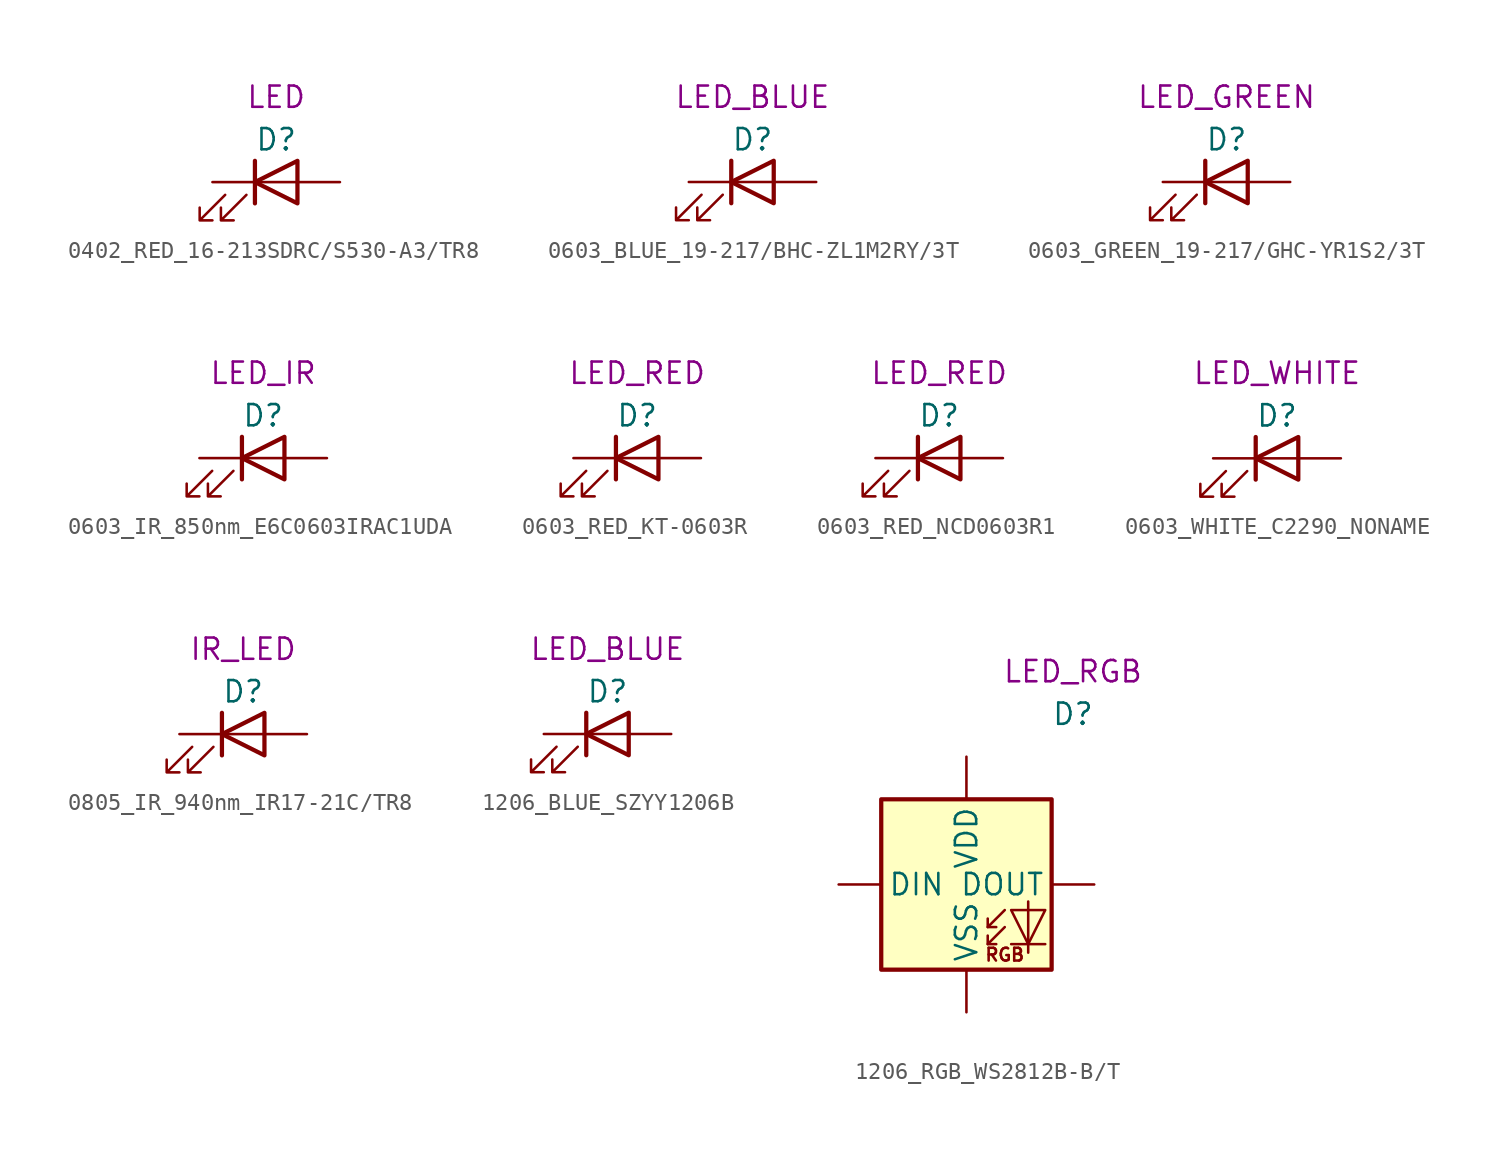
<source format=kicad_sym>
(kicad_symbol_lib
  (version 20231120)
  (generator "kicad_symbol_editor")
  (generator_version "8.0")
  (symbol "0402_RED_16-213SDRC/S530-A3/TR8"
    (pin_numbers hide)
    (pin_names
      (offset 1.016) hide)
    (property "Reference" "D"
      (at 0 2.54 0)
      (effects (font (size 1.27 1.27))))
    (property "UserValue" "LED"
      (at 0 5.08 0)
      (effects (font (size 1.27 1.27))))
    (symbol "0402_RED_16-213SDRC/S530-A3/TR8_0_1"
      (polyline (pts (xy -1.27 -1.27) (xy -1.27 1.27)) (stroke (width 0.254) (type default)) (fill (type none)))
      (polyline (pts (xy -1.27 0) (xy 1.27 0)) (stroke (width 0) (type default)) (fill (type none)))
      (polyline (pts (xy 1.27 -1.27) (xy 1.27 1.27) (xy -1.27 0) (xy 1.27 -1.27)) (stroke (width 0.254) (type default)) (fill (type none)))
      (polyline (pts (xy -3.048 -0.762) (xy -4.572 -2.286) (xy -3.81 -2.286) (xy -4.572 -2.286) (xy -4.572 -1.524)) (stroke (width 0) (type default)) (fill (type none)))
      (polyline (pts (xy -1.778 -0.762) (xy -3.302 -2.286) (xy -2.54 -2.286) (xy -3.302 -2.286) (xy -3.302 -1.524)) (stroke (width 0) (type default)) (fill (type none))))
    (symbol "0402_RED_16-213SDRC/S530-A3/TR8_1_1"
      (pin passive line (at -3.81 0 0) (length 2.54) (name "K" (effects (font (size 1.27 1.27)))) (number "1" (effects (font (size 1.27 1.27)))))
      (pin passive line (at 3.81 0 180) (length 2.54) (name "A" (effects (font (size 1.27 1.27)))) (number "2" (effects (font (size 1.27 1.27)))))))
  (symbol "0603_BLUE_19-217/BHC-ZL1M2RY/3T"
    (pin_numbers hide)
    (pin_names
      (offset 1.016) hide)
    (property "Reference" "D"
      (at 0 2.54 0)
      (effects (font (size 1.27 1.27))))
    (property "UserValue" "LED_BLUE"
      (at 0 5.08 0)
      (effects (font (size 1.27 1.27))))
    (symbol "0603_BLUE_19-217/BHC-ZL1M2RY/3T_0_1"
      (polyline (pts (xy -1.27 -1.27) (xy -1.27 1.27)) (stroke (width 0.254) (type default)) (fill (type none)))
      (polyline (pts (xy -1.27 0) (xy 1.27 0)) (stroke (width 0) (type default)) (fill (type none)))
      (polyline (pts (xy 1.27 -1.27) (xy 1.27 1.27) (xy -1.27 0) (xy 1.27 -1.27)) (stroke (width 0.254) (type default)) (fill (type none)))
      (polyline (pts (xy -3.048 -0.762) (xy -4.572 -2.286) (xy -3.81 -2.286) (xy -4.572 -2.286) (xy -4.572 -1.524)) (stroke (width 0) (type default)) (fill (type none)))
      (polyline (pts (xy -1.778 -0.762) (xy -3.302 -2.286) (xy -2.54 -2.286) (xy -3.302 -2.286) (xy -3.302 -1.524)) (stroke (width 0) (type default)) (fill (type none))))
    (symbol "0603_BLUE_19-217/BHC-ZL1M2RY/3T_1_1"
      (pin passive line (at -3.81 0 0) (length 2.54) (name "K" (effects (font (size 1.27 1.27)))) (number "1" (effects (font (size 1.27 1.27)))))
      (pin passive line (at 3.81 0 180) (length 2.54) (name "A" (effects (font (size 1.27 1.27)))) (number "2" (effects (font (size 1.27 1.27)))))))
  (symbol "0603_GREEN_19-217/GHC-YR1S2/3T"
    (pin_numbers hide)
    (pin_names
      (offset 1.016) hide)
    (property "Reference" "D"
      (at 0 2.54 0)
      (effects (font (size 1.27 1.27))))
    (property "UserValue" "LED_GREEN"
      (at 0 5.08 0)
      (effects (font (size 1.27 1.27))))
    (symbol "0603_GREEN_19-217/GHC-YR1S2/3T_0_1"
      (polyline (pts (xy -1.27 -1.27) (xy -1.27 1.27)) (stroke (width 0.254) (type default)) (fill (type none)))
      (polyline (pts (xy -1.27 0) (xy 1.27 0)) (stroke (width 0) (type default)) (fill (type none)))
      (polyline (pts (xy 1.27 -1.27) (xy 1.27 1.27) (xy -1.27 0) (xy 1.27 -1.27)) (stroke (width 0.254) (type default)) (fill (type none)))
      (polyline (pts (xy -3.048 -0.762) (xy -4.572 -2.286) (xy -3.81 -2.286) (xy -4.572 -2.286) (xy -4.572 -1.524)) (stroke (width 0) (type default)) (fill (type none)))
      (polyline (pts (xy -1.778 -0.762) (xy -3.302 -2.286) (xy -2.54 -2.286) (xy -3.302 -2.286) (xy -3.302 -1.524)) (stroke (width 0) (type default)) (fill (type none))))
    (symbol "0603_GREEN_19-217/GHC-YR1S2/3T_1_1"
      (pin passive line (at -3.81 0 0) (length 2.54) (name "K" (effects (font (size 1.27 1.27)))) (number "1" (effects (font (size 1.27 1.27)))))
      (pin passive line (at 3.81 0 180) (length 2.54) (name "A" (effects (font (size 1.27 1.27)))) (number "2" (effects (font (size 1.27 1.27)))))))
  (symbol "0603_IR_850nm_E6C0603IRAC1UDA"
    (pin_numbers hide)
    (pin_names
      (offset 1.016) hide)
    (property "Reference" "D"
      (at 0 2.54 0)
      (effects (font (size 1.27 1.27))))
    (property "UserValue" "LED_IR"
      (at 0 5.08 0)
      (effects (font (size 1.27 1.27))))
    (symbol "0603_IR_850nm_E6C0603IRAC1UDA_0_1"
      (polyline (pts (xy -1.27 -1.27) (xy -1.27 1.27)) (stroke (width 0.254) (type default)) (fill (type none)))
      (polyline (pts (xy -1.27 0) (xy 1.27 0)) (stroke (width 0) (type default)) (fill (type none)))
      (polyline (pts (xy 1.27 -1.27) (xy 1.27 1.27) (xy -1.27 0) (xy 1.27 -1.27)) (stroke (width 0.254) (type default)) (fill (type none)))
      (polyline (pts (xy -3.048 -0.762) (xy -4.572 -2.286) (xy -3.81 -2.286) (xy -4.572 -2.286) (xy -4.572 -1.524)) (stroke (width 0) (type default)) (fill (type none)))
      (polyline (pts (xy -1.778 -0.762) (xy -3.302 -2.286) (xy -2.54 -2.286) (xy -3.302 -2.286) (xy -3.302 -1.524)) (stroke (width 0) (type default)) (fill (type none))))
    (symbol "0603_IR_850nm_E6C0603IRAC1UDA_1_1"
      (pin passive line (at -3.81 0 0) (length 2.54) (name "K" (effects (font (size 1.27 1.27)))) (number "1" (effects (font (size 1.27 1.27)))))
      (pin passive line (at 3.81 0 180) (length 2.54) (name "A" (effects (font (size 1.27 1.27)))) (number "2" (effects (font (size 1.27 1.27)))))))
  (symbol "0603_RED_KT-0603R"
    (pin_numbers hide)
    (pin_names
      (offset 1.016) hide)
    (property "Reference" "D"
      (at 0 2.54 0)
      (effects (font (size 1.27 1.27))))
    (property "UserValue" "LED_RED"
      (at 0 5.08 0)
      (effects (font (size 1.27 1.27))))
    (symbol "0603_RED_KT-0603R_0_1"
      (polyline (pts (xy -1.27 -1.27) (xy -1.27 1.27)) (stroke (width 0.254) (type default)) (fill (type none)))
      (polyline (pts (xy -1.27 0) (xy 1.27 0)) (stroke (width 0) (type default)) (fill (type none)))
      (polyline (pts (xy 1.27 -1.27) (xy 1.27 1.27) (xy -1.27 0) (xy 1.27 -1.27)) (stroke (width 0.254) (type default)) (fill (type none)))
      (polyline (pts (xy -3.048 -0.762) (xy -4.572 -2.286) (xy -3.81 -2.286) (xy -4.572 -2.286) (xy -4.572 -1.524)) (stroke (width 0) (type default)) (fill (type none)))
      (polyline (pts (xy -1.778 -0.762) (xy -3.302 -2.286) (xy -2.54 -2.286) (xy -3.302 -2.286) (xy -3.302 -1.524)) (stroke (width 0) (type default)) (fill (type none))))
    (symbol "0603_RED_KT-0603R_1_1"
      (pin passive line (at -3.81 0 0) (length 2.54) (name "K" (effects (font (size 1.27 1.27)))) (number "1" (effects (font (size 1.27 1.27)))))
      (pin passive line (at 3.81 0 180) (length 2.54) (name "A" (effects (font (size 1.27 1.27)))) (number "2" (effects (font (size 1.27 1.27)))))))
  (symbol "0603_RED_NCD0603R1"
    (pin_numbers hide)
    (pin_names
      (offset 1.016) hide)
    (property "Reference" "D"
      (at 0 2.54 0)
      (effects (font (size 1.27 1.27))))
    (property "UserValue" "LED_RED"
      (at 0 5.08 0)
      (effects (font (size 1.27 1.27))))
    (symbol "0603_RED_NCD0603R1_0_1"
      (polyline (pts (xy -1.27 -1.27) (xy -1.27 1.27)) (stroke (width 0.254) (type default)) (fill (type none)))
      (polyline (pts (xy -1.27 0) (xy 1.27 0)) (stroke (width 0) (type default)) (fill (type none)))
      (polyline (pts (xy 1.27 -1.27) (xy 1.27 1.27) (xy -1.27 0) (xy 1.27 -1.27)) (stroke (width 0.254) (type default)) (fill (type none)))
      (polyline (pts (xy -3.048 -0.762) (xy -4.572 -2.286) (xy -3.81 -2.286) (xy -4.572 -2.286) (xy -4.572 -1.524)) (stroke (width 0) (type default)) (fill (type none)))
      (polyline (pts (xy -1.778 -0.762) (xy -3.302 -2.286) (xy -2.54 -2.286) (xy -3.302 -2.286) (xy -3.302 -1.524)) (stroke (width 0) (type default)) (fill (type none))))
    (symbol "0603_RED_NCD0603R1_1_1"
      (pin passive line (at -3.81 0 0) (length 2.54) (name "K" (effects (font (size 1.27 1.27)))) (number "1" (effects (font (size 1.27 1.27)))))
      (pin passive line (at 3.81 0 180) (length 2.54) (name "A" (effects (font (size 1.27 1.27)))) (number "2" (effects (font (size 1.27 1.27)))))))
  (symbol "0603_WHITE_C2290_NONAME"
    (pin_numbers hide)
    (pin_names
      (offset 1.016) hide)
    (property "Reference" "D"
      (at 0 2.54 0)
      (effects (font (size 1.27 1.27))))
    (property "UserValue" "LED_WHITE"
      (at 0 5.08 0)
      (effects (font (size 1.27 1.27))))
    (symbol "0603_WHITE_C2290_NONAME_0_1"
      (polyline (pts (xy -1.27 -1.27) (xy -1.27 1.27)) (stroke (width 0.254) (type default)) (fill (type none)))
      (polyline (pts (xy -1.27 0) (xy 1.27 0)) (stroke (width 0) (type default)) (fill (type none)))
      (polyline (pts (xy 1.27 -1.27) (xy 1.27 1.27) (xy -1.27 0) (xy 1.27 -1.27)) (stroke (width 0.254) (type default)) (fill (type none)))
      (polyline (pts (xy -3.048 -0.762) (xy -4.572 -2.286) (xy -3.81 -2.286) (xy -4.572 -2.286) (xy -4.572 -1.524)) (stroke (width 0) (type default)) (fill (type none)))
      (polyline (pts (xy -1.778 -0.762) (xy -3.302 -2.286) (xy -2.54 -2.286) (xy -3.302 -2.286) (xy -3.302 -1.524)) (stroke (width 0) (type default)) (fill (type none))))
    (symbol "0603_WHITE_C2290_NONAME_1_1"
      (pin passive line (at -3.81 0 0) (length 2.54) (name "K" (effects (font (size 1.27 1.27)))) (number "1" (effects (font (size 1.27 1.27)))))
      (pin passive line (at 3.81 0 180) (length 2.54) (name "A" (effects (font (size 1.27 1.27)))) (number "2" (effects (font (size 1.27 1.27)))))))
  (symbol "0805_IR_940nm_IR17-21C/TR8"
    (pin_numbers hide)
    (pin_names
      (offset 1.016) hide)
    (property "Reference" "D"
      (at 0 2.54 0)
      (effects (font (size 1.27 1.27))))
    (property "UserValue" "IR_LED"
      (at 0 5.08 0)
      (effects (font (size 1.27 1.27))))
    (symbol "0805_IR_940nm_IR17-21C/TR8_0_1"
      (polyline (pts (xy -1.27 -1.27) (xy -1.27 1.27)) (stroke (width 0.254) (type default)) (fill (type none)))
      (polyline (pts (xy -1.27 0) (xy 1.27 0)) (stroke (width 0) (type default)) (fill (type none)))
      (polyline (pts (xy 1.27 -1.27) (xy 1.27 1.27) (xy -1.27 0) (xy 1.27 -1.27)) (stroke (width 0.254) (type default)) (fill (type none)))
      (polyline (pts (xy -3.048 -0.762) (xy -4.572 -2.286) (xy -3.81 -2.286) (xy -4.572 -2.286) (xy -4.572 -1.524)) (stroke (width 0) (type default)) (fill (type none)))
      (polyline (pts (xy -1.778 -0.762) (xy -3.302 -2.286) (xy -2.54 -2.286) (xy -3.302 -2.286) (xy -3.302 -1.524)) (stroke (width 0) (type default)) (fill (type none))))
    (symbol "0805_IR_940nm_IR17-21C/TR8_1_1"
      (pin passive line (at -3.81 0 0) (length 2.54) (name "K" (effects (font (size 1.27 1.27)))) (number "1" (effects (font (size 1.27 1.27)))))
      (pin passive line (at 3.81 0 180) (length 2.54) (name "A" (effects (font (size 1.27 1.27)))) (number "2" (effects (font (size 1.27 1.27)))))))
  (symbol "1206_BLUE_SZYY1206B"
    (pin_numbers hide)
    (pin_names
      (offset 1.016) hide)
    (property "Reference" "D"
      (at 0 2.54 0)
      (effects (font (size 1.27 1.27))))
    (property "UserValue" "LED_BLUE"
      (at 0 5.08 0)
      (effects (font (size 1.27 1.27))))
    (symbol "1206_BLUE_SZYY1206B_0_1"
      (polyline (pts (xy -1.27 -1.27) (xy -1.27 1.27)) (stroke (width 0.254) (type default)) (fill (type none)))
      (polyline (pts (xy -1.27 0) (xy 1.27 0)) (stroke (width 0) (type default)) (fill (type none)))
      (polyline (pts (xy 1.27 -1.27) (xy 1.27 1.27) (xy -1.27 0) (xy 1.27 -1.27)) (stroke (width 0.254) (type default)) (fill (type none)))
      (polyline (pts (xy -3.048 -0.762) (xy -4.572 -2.286) (xy -3.81 -2.286) (xy -4.572 -2.286) (xy -4.572 -1.524)) (stroke (width 0) (type default)) (fill (type none)))
      (polyline (pts (xy -1.778 -0.762) (xy -3.302 -2.286) (xy -2.54 -2.286) (xy -3.302 -2.286) (xy -3.302 -1.524)) (stroke (width 0) (type default)) (fill (type none))))
    (symbol "1206_BLUE_SZYY1206B_1_1"
      (pin passive line (at -3.81 0 0) (length 2.54) (name "K" (effects (font (size 1.27 1.27)))) (number "1" (effects (font (size 1.27 1.27)))))
      (pin passive line (at 3.81 0 180) (length 2.54) (name "A" (effects (font (size 1.27 1.27)))) (number "2" (effects (font (size 1.27 1.27)))))))
  (symbol "1206_RGB_WS2812B-B/T"
    (pin_numbers hide)
    (pin_names
      (offset 0.4))
    (property "Reference" "D"
      (at 6.35 10.16 0)
      (effects (font (size 1.27 1.27))))
    (property "UserValue" "LED_RGB"
      (at 6.35 12.7 0)
      (effects (font (size 1.27 1.27))))
    (symbol "1206_RGB_WS2812B-B/T_0_0"
      (text "RGB" (at 2.286 -4.191 0) (effects (font (size 0.762 0.762)))))
    (symbol "1206_RGB_WS2812B-B/T_0_1"
      (rectangle (start -5.08 5.08) (end 5.08 -5.08) (stroke (width 0.254) (type default)) (fill (type background)))
      (polyline (pts (xy 1.27 -3.556) (xy 1.778 -3.556)) (stroke (width 0) (type default)) (fill (type none)))
      (polyline (pts (xy 1.27 -2.54) (xy 1.778 -2.54)) (stroke (width 0) (type default)) (fill (type none)))
      (polyline (pts (xy 4.699 -3.556) (xy 2.667 -3.556)) (stroke (width 0) (type default)) (fill (type none)))
      (polyline (pts (xy 2.286 -2.54) (xy 1.27 -3.556) (xy 1.27 -3.048)) (stroke (width 0) (type default)) (fill (type none)))
      (polyline (pts (xy 2.286 -1.524) (xy 1.27 -2.54) (xy 1.27 -2.032)) (stroke (width 0) (type default)) (fill (type none)))
      (polyline (pts (xy 3.683 -1.016) (xy 3.683 -3.556) (xy 3.683 -4.064)) (stroke (width 0) (type default)) (fill (type none)))
      (polyline (pts (xy 4.699 -1.524) (xy 2.667 -1.524) (xy 3.683 -3.556) (xy 4.699 -1.524)) (stroke (width 0) (type default)) (fill (type none))))
    (symbol "1206_RGB_WS2812B-B/T_1_1"
      (pin power_in line (at 0 7.62 270) (length 2.54) (name "VDD" (effects (font (size 1.27 1.27)))) (number "1" (effects (font (size 1.27 1.27)))))
      (pin output line (at 7.62 0 180) (length 2.54) (name "DOUT" (effects (font (size 1.27 1.27)))) (number "2" (effects (font (size 1.27 1.27)))))
      (pin power_in line (at 0 -7.62 90) (length 2.54) (name "VSS" (effects (font (size 1.27 1.27)))) (number "3" (effects (font (size 1.27 1.27)))))
      (pin input line (at -7.62 0 0) (length 2.54) (name "DIN" (effects (font (size 1.27 1.27)))) (number "4" (effects (font (size 1.27 1.27))))))))
</source>
